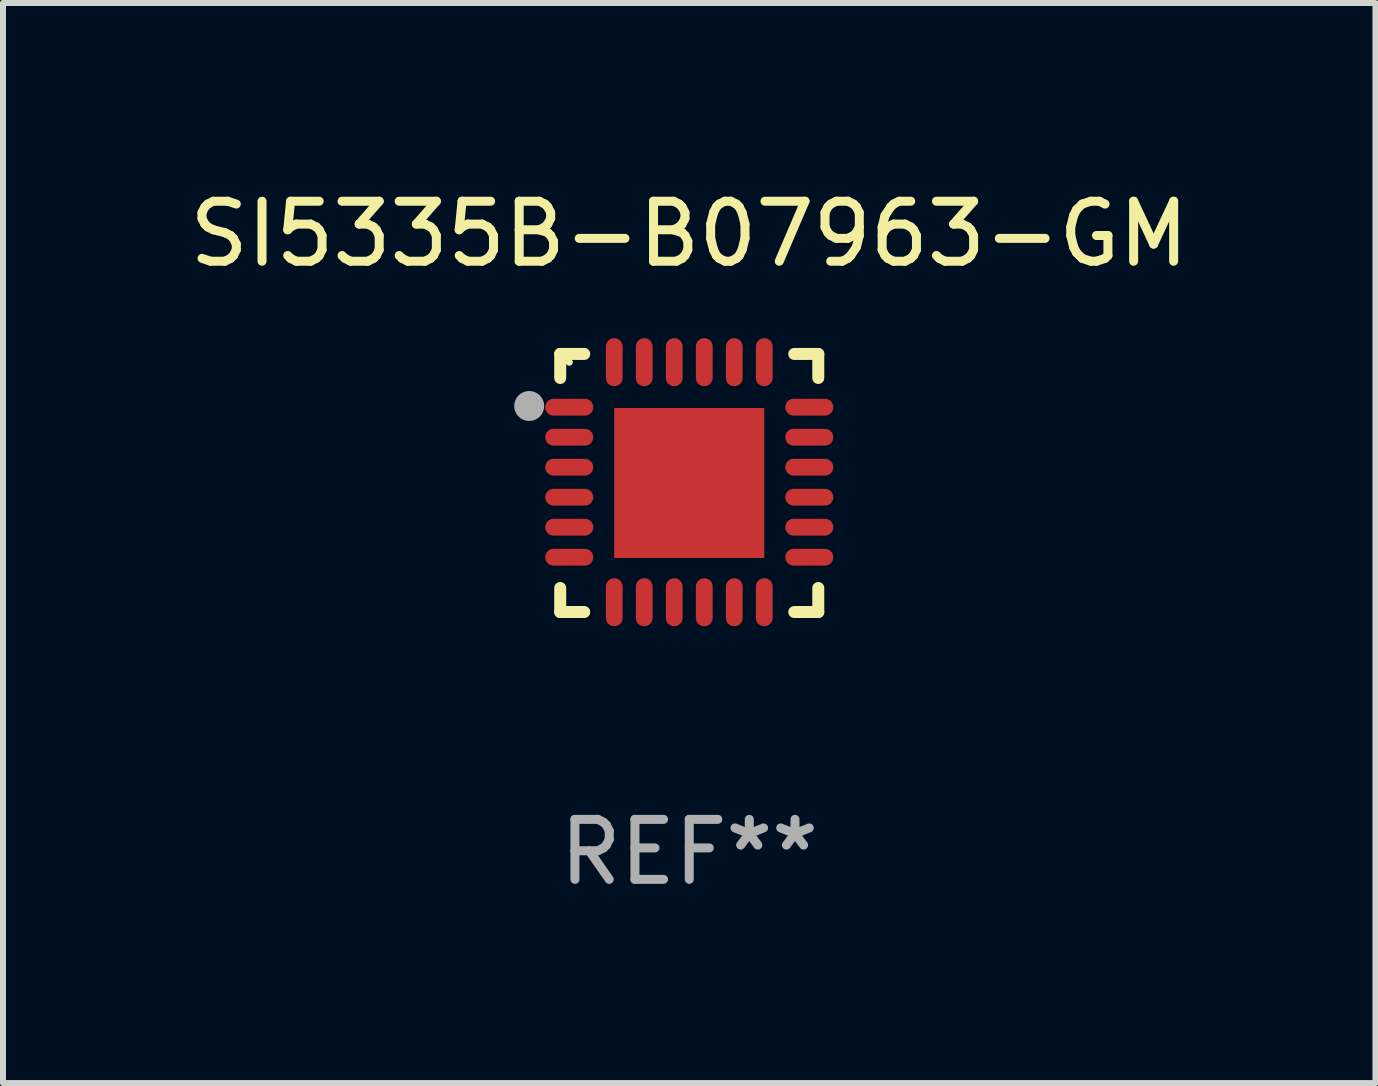
<source format=kicad_pcb>
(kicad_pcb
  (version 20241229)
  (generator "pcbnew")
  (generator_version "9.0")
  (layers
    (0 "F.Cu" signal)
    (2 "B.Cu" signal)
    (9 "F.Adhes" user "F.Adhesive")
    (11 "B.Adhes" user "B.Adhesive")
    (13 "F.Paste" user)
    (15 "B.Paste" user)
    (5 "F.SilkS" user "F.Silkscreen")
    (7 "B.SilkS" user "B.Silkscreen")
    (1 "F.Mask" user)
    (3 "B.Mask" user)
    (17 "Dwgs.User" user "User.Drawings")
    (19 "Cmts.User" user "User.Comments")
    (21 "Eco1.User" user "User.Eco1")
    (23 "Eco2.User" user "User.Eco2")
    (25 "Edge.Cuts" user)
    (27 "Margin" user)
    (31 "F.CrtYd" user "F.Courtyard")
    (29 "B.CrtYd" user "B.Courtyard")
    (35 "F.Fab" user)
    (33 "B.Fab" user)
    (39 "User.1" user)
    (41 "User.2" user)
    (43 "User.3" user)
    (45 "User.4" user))
  (footprint "SI5335B-B07963-GM"
    (layer "F.Cu")
    (at 8.435 4.998)
    (property "Reference" "SI5335B-B07963-GM" (at 0 -4.15 0) (layer "F.SilkS") (effects (font (size 1 1) (thickness 0.15))))
    (attr through_hole)
    (fp_line (start -2.15 -2.15) (end -1.75 -2.15) (stroke (width 0.2) (type solid)) (layer "F.SilkS"))
    (fp_line (start -2.15 -1.75) (end -2.15 -2.15) (stroke (width 0.2) (type solid)) (layer "F.SilkS"))
    (fp_line (start -2.15 2.15) (end -2.15 1.75) (stroke (width 0.2) (type solid)) (layer "F.SilkS"))
    (fp_line (start -1.75 2.15) (end -2.15 2.15) (stroke (width 0.2) (type solid)) (layer "F.SilkS"))
    (fp_line (start 1.75 -2.15) (end 2.15 -2.15) (stroke (width 0.2) (type solid)) (layer "F.SilkS"))
    (fp_line (start 1.75 2.15) (end 2.15 2.15) (stroke (width 0.2) (type solid)) (layer "F.SilkS"))
    (fp_line (start 2.15 -2.15) (end 2.15 -1.75) (stroke (width 0.2) (type solid)) (layer "F.SilkS"))
    (fp_line (start 2.15 2.15) (end 2.15 1.75) (stroke (width 0.2) (type solid)) (layer "F.SilkS"))
    (fp_circle (center -2 -2.013) (end -1.97 -2.013) (stroke (width 0.06) (type solid)) (fill no) (layer "F.SilkS"))
    (fp_circle (center -2.667 -1.283) (end -2.542 -1.283) (stroke (width 0.25) (type solid)) (fill no) (layer "F.Fab"))
    (fp_text user "REF**" (at 0 6.15 0) (layer "F.Fab") (effects (font (size 1 1) (thickness 0.15))))
    (pad "1" smd oval (at -2 -1.263) (size 0.8 0.28) (layers "F.Cu" "F.Mask" "F.Paste"))
    (pad "2" smd oval (at -2 -0.763) (size 0.8 0.28) (layers "F.Cu" "F.Mask" "F.Paste"))
    (pad "3" smd oval (at -2 -0.263) (size 0.8 0.28) (layers "F.Cu" "F.Mask" "F.Paste"))
    (pad "4" smd oval (at -2 0.237) (size 0.8 0.28) (layers "F.Cu" "F.Mask" "F.Paste"))
    (pad "5" smd oval (at -2 0.737) (size 0.8 0.28) (layers "F.Cu" "F.Mask" "F.Paste"))
    (pad "6" smd oval (at -2 1.237) (size 0.8 0.28) (layers "F.Cu" "F.Mask" "F.Paste"))
    (pad "7" smd oval (at -1.25 1.987) (size 0.28 0.8) (layers "F.Cu" "F.Mask" "F.Paste"))
    (pad "8" smd oval (at -0.75 1.987) (size 0.28 0.8) (layers "F.Cu" "F.Mask" "F.Paste"))
    (pad "9" smd oval (at -0.25 1.987) (size 0.28 0.8) (layers "F.Cu" "F.Mask" "F.Paste"))
    (pad "10" smd oval (at 0.25 1.987) (size 0.28 0.8) (layers "F.Cu" "F.Mask" "F.Paste"))
    (pad "11" smd oval (at 0.75 1.987) (size 0.28 0.8) (layers "F.Cu" "F.Mask" "F.Paste"))
    (pad "12" smd oval (at 1.25 1.987) (size 0.28 0.8) (layers "F.Cu" "F.Mask" "F.Paste"))
    (pad "13" smd oval (at 2 1.237) (size 0.8 0.28) (layers "F.Cu" "F.Mask" "F.Paste"))
    (pad "14" smd oval (at 2 0.737) (size 0.8 0.28) (layers "F.Cu" "F.Mask" "F.Paste"))
    (pad "15" smd oval (at 2 0.237) (size 0.8 0.28) (layers "F.Cu" "F.Mask" "F.Paste"))
    (pad "16" smd oval (at 2 -0.263) (size 0.8 0.28) (layers "F.Cu" "F.Mask" "F.Paste"))
    (pad "17" smd oval (at 2 -0.763) (size 0.8 0.28) (layers "F.Cu" "F.Mask" "F.Paste"))
    (pad "18" smd oval (at 2 -1.263) (size 0.8 0.28) (layers "F.Cu" "F.Mask" "F.Paste"))
    (pad "19" smd oval (at 1.25 -2.013) (size 0.28 0.8) (layers "F.Cu" "F.Mask" "F.Paste"))
    (pad "20" smd oval (at 0.75 -2.013) (size 0.28 0.8) (layers "F.Cu" "F.Mask" "F.Paste"))
    (pad "21" smd oval (at 0.25 -2.013) (size 0.28 0.8) (layers "F.Cu" "F.Mask" "F.Paste"))
    (pad "22" smd oval (at -0.25 -2.013) (size 0.28 0.8) (layers "F.Cu" "F.Mask" "F.Paste"))
    (pad "23" smd oval (at -0.75 -2.013) (size 0.28 0.8) (layers "F.Cu" "F.Mask" "F.Paste"))
    (pad "24" smd oval (at -1.25 -2.013) (size 0.28 0.8) (layers "F.Cu" "F.Mask" "F.Paste"))
    (pad "25" smd rect (at -0.000127 -0.00014) (size 2.5 2.5) (layers "F.Cu" "F.Mask" "F.Paste")))
  (gr_rect
    (start -3 -3)
    (end 19.869 14.997)
    (stroke (width 0.1) (type default))
    (fill no)
    (layer "Edge.Cuts")))
</source>
